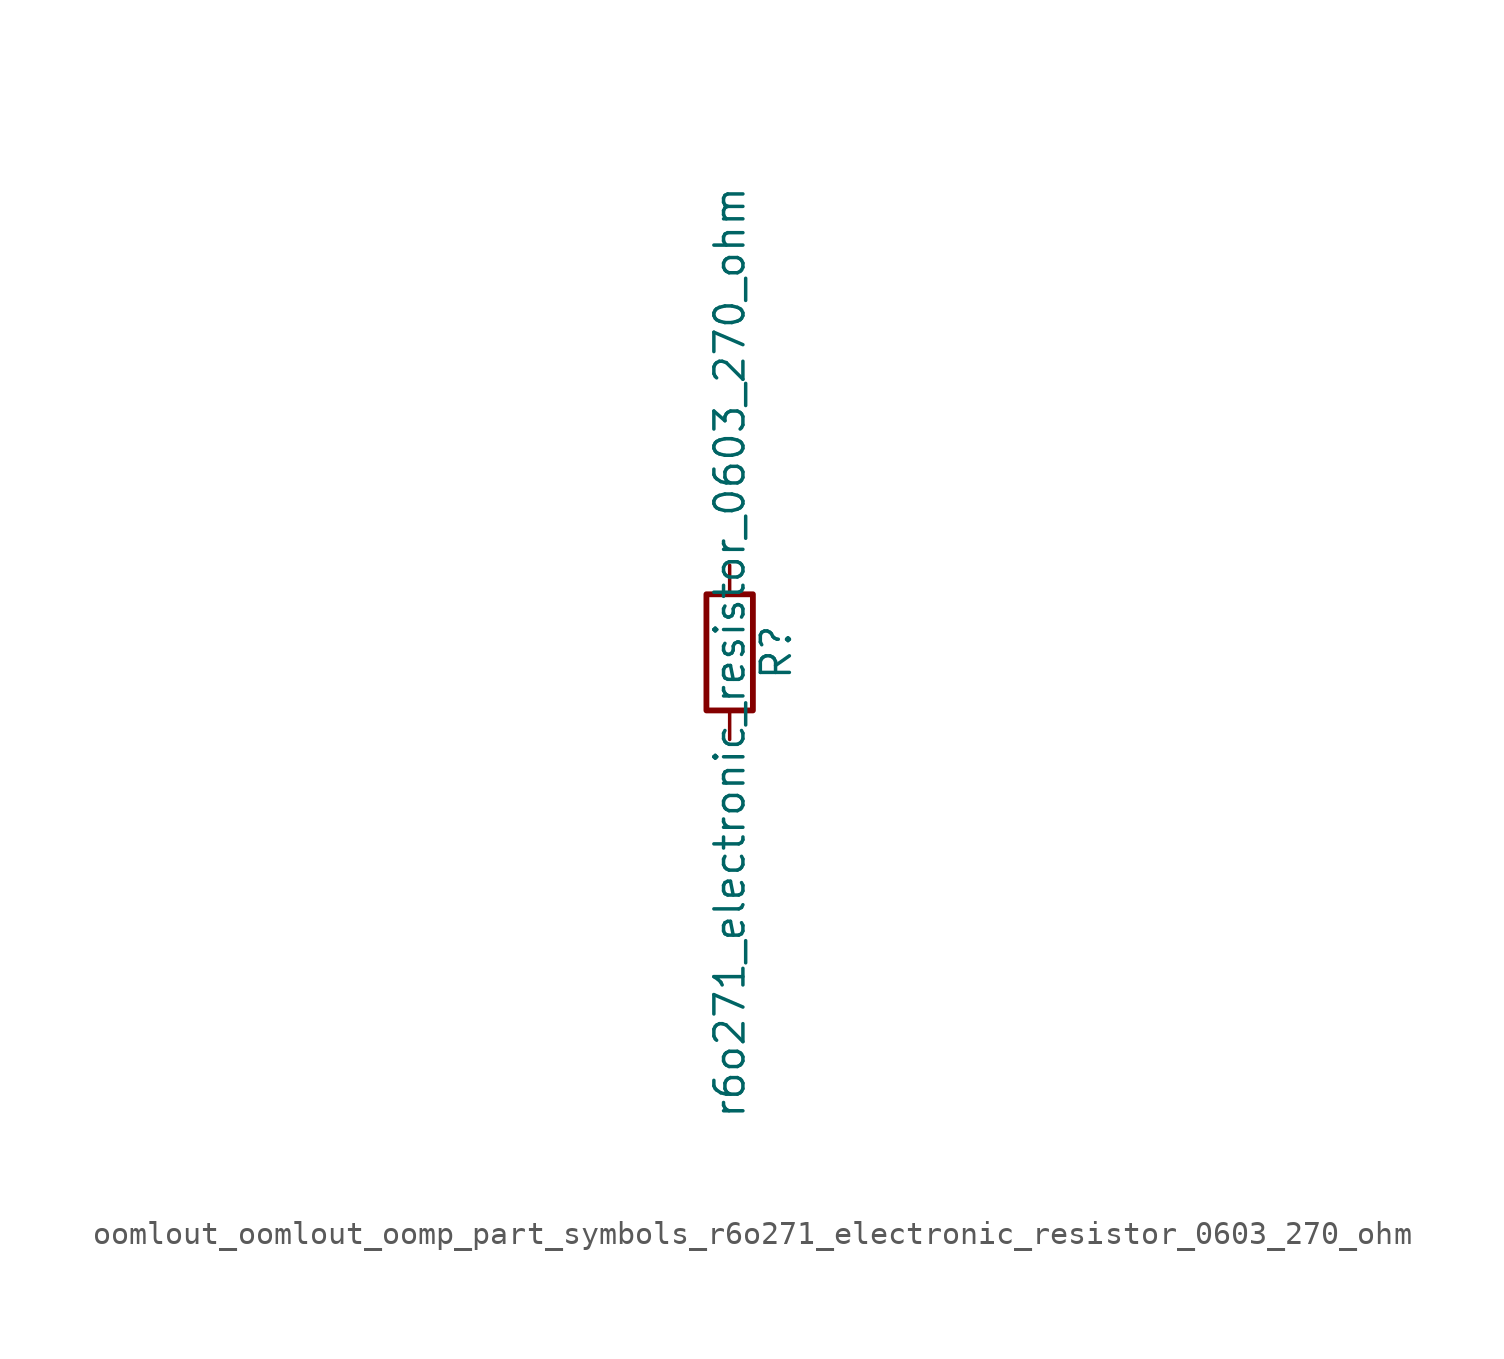
<source format=kicad_sym>
(kicad_symbol_lib
  (version 20220914)
  (generator kicad_symbol_editor)
  (symbol "oomlout_oomlout_oomp_part_symbols_r6o271_electronic_resistor_0603_270_ohm"
    (pin_numbers hide)
    (pin_names
      (offset 0))
    (property "Reference" "R"
      (at 2.032 0 90)
      (effects (font (size 1.27 1.27))))
    (property "Value" "r6o271_electronic_resistor_0603_270_ohm"
      (at 0 0 90)
      (effects (font (size 1.27 1.27))))
    (symbol "oomlout_oomlout_oomp_part_symbols_r6o271_electronic_resistor_0603_270_ohm_0_1"
      (rectangle (start -1.016 -2.54) (end 1.016 2.54) (stroke (width 0.254) (type default)) (fill (type none))))
    (symbol "oomlout_oomlout_oomp_part_symbols_r6o271_electronic_resistor_0603_270_ohm_1_1"
      (pin passive line (at 0 3.81 270) (length 1.27) (name "~" (effects (font (size 1.27 1.27)))) (number "1" (effects (font (size 1.27 1.27)))))
      (pin passive line (at 0 -3.81 90) (length 1.27) (name "~" (effects (font (size 1.27 1.27)))) (number "2" (effects (font (size 1.27 1.27))))))))
</source>
